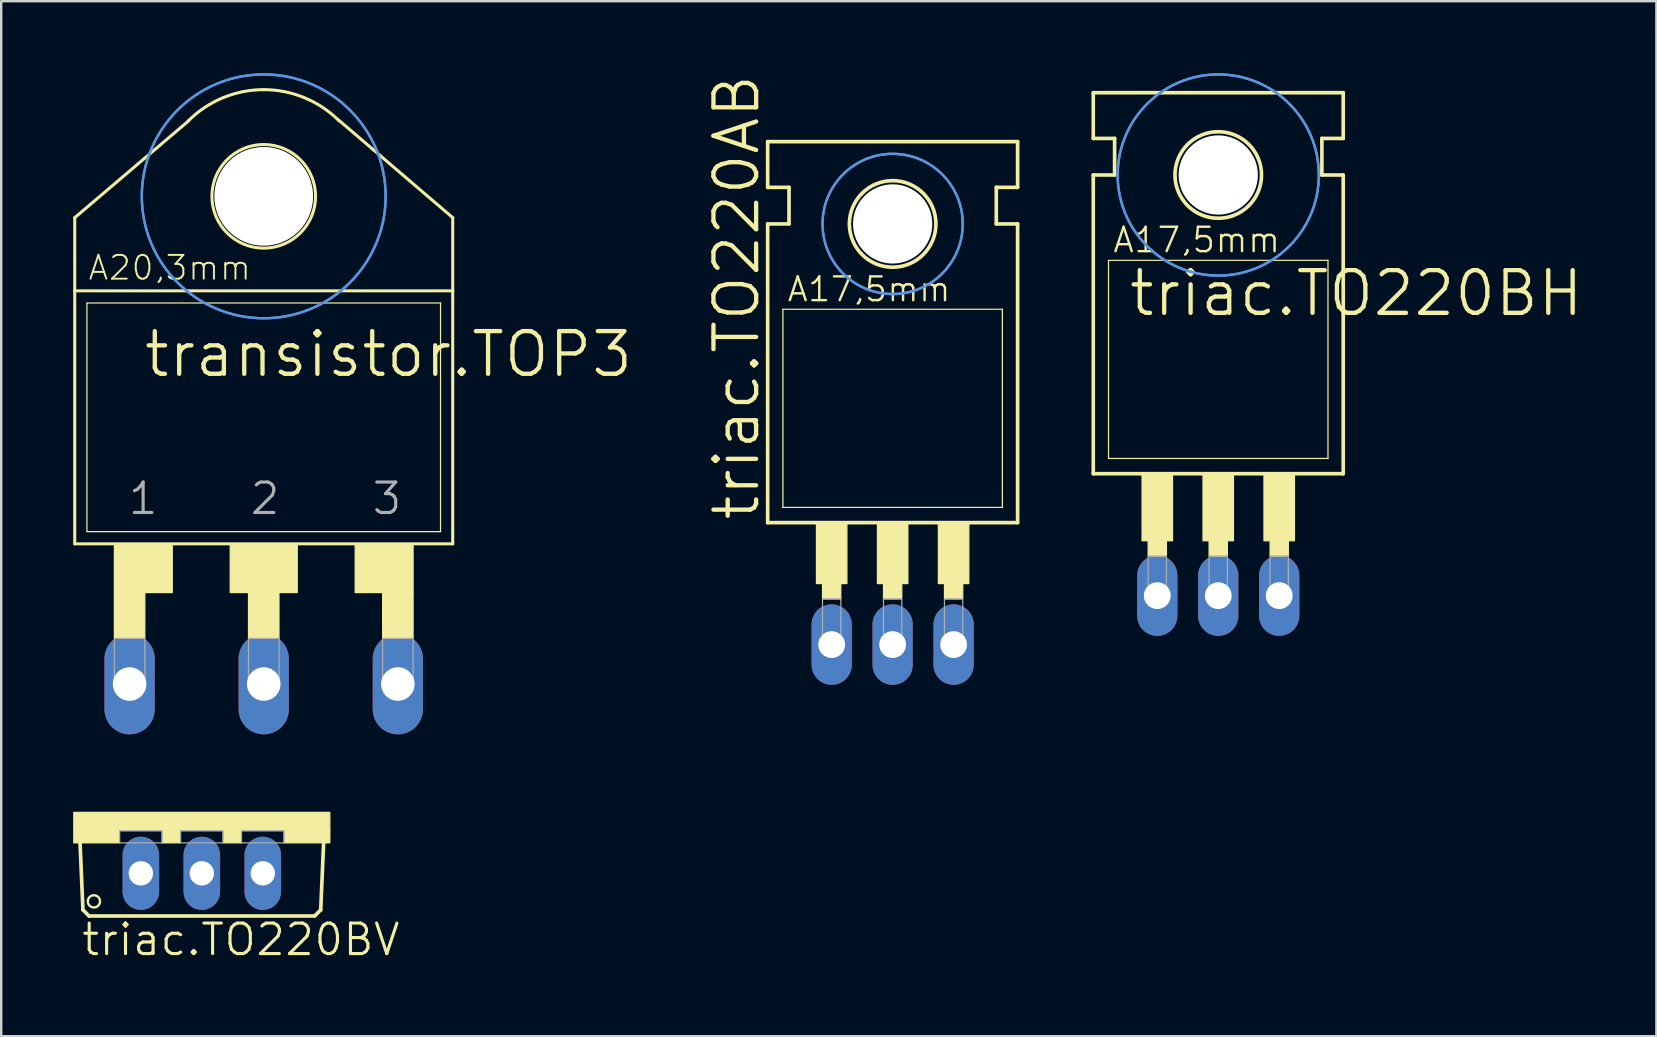
<source format=kicad_pcb>
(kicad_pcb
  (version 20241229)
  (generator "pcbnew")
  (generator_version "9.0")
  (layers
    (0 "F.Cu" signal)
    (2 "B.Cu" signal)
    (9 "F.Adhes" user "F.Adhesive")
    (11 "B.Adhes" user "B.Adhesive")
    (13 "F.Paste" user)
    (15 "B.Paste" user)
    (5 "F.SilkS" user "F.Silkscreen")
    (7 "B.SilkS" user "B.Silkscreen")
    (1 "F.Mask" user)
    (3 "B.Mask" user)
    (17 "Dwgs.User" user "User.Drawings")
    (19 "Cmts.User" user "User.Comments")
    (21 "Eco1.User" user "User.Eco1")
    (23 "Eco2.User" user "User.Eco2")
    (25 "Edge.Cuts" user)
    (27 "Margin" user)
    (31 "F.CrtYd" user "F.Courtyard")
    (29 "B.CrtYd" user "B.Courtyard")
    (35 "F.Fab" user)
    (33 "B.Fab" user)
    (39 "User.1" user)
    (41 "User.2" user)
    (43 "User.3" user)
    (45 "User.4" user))
  (footprint "triac.TO220BH"
    (layer "F.Cu")
    (at 47.707 15.417)
    (property "Reference" "triac.TO220BH" (at -3.81 -5.207 0) (layer "F.SilkS") (effects (font (size 1.778 1.778) (thickness 0.18)) (justify left bottom)))
    (attr through_hole)
    (fp_line (start -5.207 -12.7) (end -5.207 -14.605) (stroke (width 0.152) (type default)) (layer "F.SilkS"))
    (fp_line (start -5.207 -11.176) (end -4.318 -11.176) (stroke (width 0.152) (type default)) (layer "F.SilkS"))
    (fp_line (start -5.207 1.27) (end -5.207 -11.176) (stroke (width 0.152) (type default)) (layer "F.SilkS"))
    (fp_line (start -5.207 1.27) (end 5.207 1.27) (stroke (width 0.152) (type default)) (layer "F.SilkS"))
    (fp_line (start -4.572 0.635) (end -4.572 -7.62) (stroke (width 0.051) (type default)) (layer "F.SilkS"))
    (fp_line (start -4.572 0.635) (end 4.572 0.635) (stroke (width 0.051) (type default)) (layer "F.SilkS"))
    (fp_line (start -4.318 -12.7) (end -5.207 -12.7) (stroke (width 0.152) (type default)) (layer "F.SilkS"))
    (fp_line (start -4.318 -11.176) (end -4.318 -12.7) (stroke (width 0.152) (type default)) (layer "F.SilkS"))
    (fp_line (start 4.318 -12.7) (end 5.207 -12.7) (stroke (width 0.152) (type default)) (layer "F.SilkS"))
    (fp_line (start 4.318 -11.176) (end 4.318 -12.7) (stroke (width 0.152) (type default)) (layer "F.SilkS"))
    (fp_line (start 4.572 -7.62) (end -4.572 -7.62) (stroke (width 0.051) (type default)) (layer "F.SilkS"))
    (fp_line (start 4.572 -7.62) (end 4.572 0.635) (stroke (width 0.051) (type default)) (layer "F.SilkS"))
    (fp_line (start 5.207 -14.605) (end -5.207 -14.605) (stroke (width 0.152) (type default)) (layer "F.SilkS"))
    (fp_line (start 5.207 -12.7) (end 5.207 -14.605) (stroke (width 0.152) (type default)) (layer "F.SilkS"))
    (fp_line (start 5.207 -11.176) (end 4.318 -11.176) (stroke (width 0.152) (type default)) (layer "F.SilkS"))
    (fp_line (start 5.207 1.27) (end 5.207 -11.176) (stroke (width 0.152) (type default)) (layer "F.SilkS"))
    (fp_rect (start -3.175 4.064) (end -1.905 1.27) (stroke (width 0.05) (type default)) (fill yes) (layer "F.SilkS"))
    (fp_rect (start -2.921 4.699) (end -2.159 4.064) (stroke (width 0.05) (type default)) (fill yes) (layer "F.SilkS"))
    (fp_rect (start -0.635 4.064) (end 0.635 1.27) (stroke (width 0.05) (type default)) (fill yes) (layer "F.SilkS"))
    (fp_rect (start -0.381 4.699) (end 0.381 4.064) (stroke (width 0.05) (type default)) (fill yes) (layer "F.SilkS"))
    (fp_rect (start 1.905 4.064) (end 3.175 1.27) (stroke (width 0.05) (type default)) (fill yes) (layer "F.SilkS"))
    (fp_rect (start 2.159 4.699) (end 2.921 4.064) (stroke (width 0.05) (type default)) (fill yes) (layer "F.SilkS"))
    (fp_circle (center 0 -11.176) (end 1.803 -11.176) (stroke (width 0.152) (type default)) (fill no) (layer "F.SilkS"))
    (fp_circle (center 0 -11.176) (end 4.191 -11.176) (stroke (width 0.1) (type default)) (fill no) (layer "Cmts.User"))
    (fp_circle (center 0 -11.176) (end 4.191 -11.176) (stroke (width 0.1) (type default)) (fill no) (layer "Cmts.User"))
    (fp_rect (start -2.921 6.604) (end -2.159 4.699) (stroke (width 0.05) (type default)) (fill no) (layer "F.Fab"))
    (fp_rect (start -0.381 6.604) (end 0.381 4.699) (stroke (width 0.05) (type default)) (fill no) (layer "F.Fab"))
    (fp_rect (start 2.159 6.604) (end 2.921 4.699) (stroke (width 0.05) (type default)) (fill no) (layer "F.Fab"))
    (fp_text user "A17,5mm" (at -4.445 -7.874 0) (layer "F.SilkS") (effects (font (size 1.016 1.016) (thickness 0.1)) (justify left bottom)))
    (pad "" np_thru_hole circle (at 0 -11.176) (size 3.302 3.302) (drill 3.302) (layers "*.Cu" "*.Mask"))
    (pad "G" thru_hole oval (at 2.54 6.35 90) (size 3.353 1.676) (drill 1.118) (layers "*.Cu" "*.Mask"))
    (pad "T1" thru_hole oval (at -2.54 6.35 90) (size 3.353 1.676) (drill 1.118) (layers "*.Cu" "*.Mask"))
    (pad "T2" thru_hole oval (at 0 6.35 90) (size 3.353 1.676) (drill 1.118) (layers "*.Cu" "*.Mask")))
  (footprint "transistor.TOP3"
    (layer "F.Cu")
    (at 7.938 17.83)
    (property "Reference" "transistor.TOP3" (at -5.08 -5.08 0) (layer "F.SilkS") (effects (font (size 1.778 1.778) (thickness 0.18)) (justify left bottom)))
    (attr through_hole)
    (fp_line (start -7.874 -11.811) (end -3.124 -15.85) (stroke (width 0.127) (type default)) (layer "F.SilkS"))
    (fp_line (start -7.874 -8.763) (end -7.874 -11.811) (stroke (width 0.127) (type default)) (layer "F.SilkS"))
    (fp_line (start -7.874 1.778) (end -7.874 -8.763) (stroke (width 0.127) (type default)) (layer "F.SilkS"))
    (fp_line (start -7.874 1.778) (end 7.874 1.778) (stroke (width 0.127) (type default)) (layer "F.SilkS"))
    (fp_line (start -7.366 1.27) (end -7.366 -8.255) (stroke (width 0.051) (type default)) (layer "F.SilkS"))
    (fp_line (start -7.366 1.27) (end 7.366 1.27) (stroke (width 0.051) (type default)) (layer "F.SilkS"))
    (fp_line (start 7.366 -8.255) (end -7.366 -8.255) (stroke (width 0.051) (type default)) (layer "F.SilkS"))
    (fp_line (start 7.366 -8.255) (end 7.366 1.27) (stroke (width 0.051) (type default)) (layer "F.SilkS"))
    (fp_line (start 7.874 -11.811) (end 3.124 -15.875) (stroke (width 0.127) (type default)) (layer "F.SilkS"))
    (fp_line (start 7.874 -8.763) (end -7.874 -8.763) (stroke (width 0.127) (type default)) (layer "F.SilkS"))
    (fp_line (start 7.874 -8.763) (end 7.874 -11.811) (stroke (width 0.127) (type default)) (layer "F.SilkS"))
    (fp_line (start 7.874 -8.763) (end 7.874 1.778) (stroke (width 0.127) (type default)) (layer "F.SilkS"))
    (fp_rect (start -6.223 3.81) (end -3.81 1.778) (stroke (width 0.05) (type default)) (fill yes) (layer "F.SilkS"))
    (fp_rect (start -6.223 5.715) (end -4.953 3.81) (stroke (width 0.05) (type default)) (fill yes) (layer "F.SilkS"))
    (fp_rect (start -1.397 3.81) (end 1.397 1.778) (stroke (width 0.05) (type default)) (fill yes) (layer "F.SilkS"))
    (fp_rect (start -0.635 5.715) (end 0.635 3.81) (stroke (width 0.05) (type default)) (fill yes) (layer "F.SilkS"))
    (fp_rect (start 3.81 3.81) (end 6.223 1.778) (stroke (width 0.05) (type default)) (fill yes) (layer "F.SilkS"))
    (fp_rect (start 4.953 5.715) (end 6.223 3.81) (stroke (width 0.05) (type default)) (fill yes) (layer "F.SilkS"))
    (fp_arc (start -3.1431 -15.8431) (mid -1.701032 -16.806651) (end 0 -17.145) (stroke (width 0.127) (type default)) (layer "F.SilkS"))
    (fp_arc (start 0 -17.145) (mid 1.701032 -16.806651) (end 3.1431 -15.8431) (stroke (width 0.127) (type default)) (layer "F.SilkS"))
    (fp_circle (center 0 -12.7) (end 2.159 -12.7) (stroke (width 0.127) (type default)) (fill no) (layer "F.SilkS"))
    (fp_circle (center 0 -12.7) (end 5.08 -12.7) (stroke (width 0.1) (type default)) (fill no) (layer "Cmts.User"))
    (fp_circle (center 0 -12.7) (end 5.08 -12.7) (stroke (width 0.1) (type default)) (fill no) (layer "Cmts.User"))
    (fp_rect (start -6.223 7.62) (end -4.953 5.715) (stroke (width 0.05) (type default)) (fill no) (layer "F.Fab"))
    (fp_rect (start -0.635 7.62) (end 0.635 5.715) (stroke (width 0.05) (type default)) (fill no) (layer "F.Fab"))
    (fp_rect (start 4.953 7.62) (end 6.223 5.715) (stroke (width 0.05) (type default)) (fill no) (layer "F.Fab"))
    (fp_text user "A20,3mm" (at -7.366 -9.144 0) (layer "F.SilkS") (effects (font (size 0.991 0.991) (thickness 0.08)) (justify left bottom)))
    (fp_text user "1" (at -5.715 0.635 0) (layer "F.Fab") (effects (font (size 1.27 1.27) (thickness 0.13)) (justify left bottom)))
    (fp_text user "2" (at -0.635 0.635 0) (layer "F.Fab") (effects (font (size 1.27 1.27) (thickness 0.13)) (justify left bottom)))
    (fp_text user "3" (at 4.445 0.635 0) (layer "F.Fab") (effects (font (size 1.27 1.27) (thickness 0.13)) (justify left bottom)))
    (pad "" np_thru_hole circle (at 0 -12.7) (size 4.115 4.115) (drill 4.115) (layers "*.Cu" "*.Mask"))
    (pad "1" thru_hole oval (at -5.588 7.62 90) (size 4.191 2.095) (drill 1.397) (layers "*.Cu" "*.Mask"))
    (pad "2" thru_hole oval (at 0 7.62 90) (size 4.191 2.095) (drill 1.397) (layers "*.Cu" "*.Mask"))
    (pad "3" thru_hole oval (at 5.588 7.62 90) (size 4.191 2.095) (drill 1.397) (layers "*.Cu" "*.Mask")))
  (footprint "triac.TO220AB"
    (layer "F.Cu")
    (at 34.141 17.456)
    (property "Reference" "triac.TO220AB" (at -5.461 1.27 90) (layer "F.SilkS") (effects (font (size 1.778 1.778) (thickness 0.18)) (justify left bottom)))
    (attr through_hole)
    (fp_line (start -5.207 -12.7) (end -5.207 -14.605) (stroke (width 0.152) (type default)) (layer "F.SilkS"))
    (fp_line (start -5.207 -11.176) (end -4.318 -11.176) (stroke (width 0.152) (type default)) (layer "F.SilkS"))
    (fp_line (start -5.207 1.27) (end -5.207 -11.176) (stroke (width 0.152) (type default)) (layer "F.SilkS"))
    (fp_line (start -5.207 1.27) (end 5.207 1.27) (stroke (width 0.152) (type default)) (layer "F.SilkS"))
    (fp_line (start -4.572 0.635) (end -4.572 -7.62) (stroke (width 0.051) (type default)) (layer "F.SilkS"))
    (fp_line (start -4.572 0.635) (end 4.572 0.635) (stroke (width 0.051) (type default)) (layer "F.SilkS"))
    (fp_line (start -4.318 -12.7) (end -5.207 -12.7) (stroke (width 0.152) (type default)) (layer "F.SilkS"))
    (fp_line (start -4.318 -11.176) (end -4.318 -12.7) (stroke (width 0.152) (type default)) (layer "F.SilkS"))
    (fp_line (start 4.318 -12.7) (end 5.207 -12.7) (stroke (width 0.152) (type default)) (layer "F.SilkS"))
    (fp_line (start 4.318 -11.176) (end 4.318 -12.7) (stroke (width 0.152) (type default)) (layer "F.SilkS"))
    (fp_line (start 4.572 -7.62) (end -4.572 -7.62) (stroke (width 0.051) (type default)) (layer "F.SilkS"))
    (fp_line (start 4.572 -7.62) (end 4.572 0.635) (stroke (width 0.051) (type default)) (layer "F.SilkS"))
    (fp_line (start 5.207 -14.605) (end -5.207 -14.605) (stroke (width 0.152) (type default)) (layer "F.SilkS"))
    (fp_line (start 5.207 -12.7) (end 5.207 -14.605) (stroke (width 0.152) (type default)) (layer "F.SilkS"))
    (fp_line (start 5.207 -11.176) (end 4.318 -11.176) (stroke (width 0.152) (type default)) (layer "F.SilkS"))
    (fp_line (start 5.207 1.27) (end 5.207 -11.176) (stroke (width 0.152) (type default)) (layer "F.SilkS"))
    (fp_rect (start -3.175 3.81) (end -1.905 1.27) (stroke (width 0.05) (type default)) (fill yes) (layer "F.SilkS"))
    (fp_rect (start -2.921 4.445) (end -2.159 3.81) (stroke (width 0.05) (type default)) (fill yes) (layer "F.SilkS"))
    (fp_rect (start -0.635 3.81) (end 0.635 1.27) (stroke (width 0.05) (type default)) (fill yes) (layer "F.SilkS"))
    (fp_rect (start -0.381 4.445) (end 0.381 3.81) (stroke (width 0.05) (type default)) (fill yes) (layer "F.SilkS"))
    (fp_rect (start 1.905 3.81) (end 3.175 1.27) (stroke (width 0.05) (type default)) (fill yes) (layer "F.SilkS"))
    (fp_rect (start 2.159 4.445) (end 2.921 3.81) (stroke (width 0.05) (type default)) (fill yes) (layer "F.SilkS"))
    (fp_circle (center 0 -11.176) (end 1.803 -11.176) (stroke (width 0.152) (type default)) (fill no) (layer "F.SilkS"))
    (fp_circle (center 0 -11.176) (end 2.921 -11.176) (stroke (width 0.1) (type default)) (fill no) (layer "Cmts.User"))
    (fp_circle (center 0 -11.176) (end 2.921 -11.176) (stroke (width 0.1) (type default)) (fill no) (layer "Cmts.User"))
    (fp_rect (start -2.921 6.35) (end -2.159 4.445) (stroke (width 0.05) (type default)) (fill no) (layer "F.Fab"))
    (fp_rect (start -0.381 6.35) (end 0.381 4.445) (stroke (width 0.05) (type default)) (fill no) (layer "F.Fab"))
    (fp_rect (start 2.159 6.35) (end 2.921 4.445) (stroke (width 0.05) (type default)) (fill no) (layer "F.Fab"))
    (fp_text user "A17,5mm" (at -4.445 -7.874 0) (layer "F.SilkS") (effects (font (size 0.991 0.991) (thickness 0.1)) (justify left bottom)))
    (pad "" np_thru_hole circle (at 0 -11.176) (size 3.302 3.302) (drill 3.302) (layers "*.Cu" "*.Mask"))
    (pad "1" thru_hole oval (at -2.54 6.35 90) (size 3.353 1.676) (drill 1.118) (layers "*.Cu" "*.Mask"))
    (pad "2" thru_hole oval (at 0 6.35 90) (size 3.353 1.676) (drill 1.118) (layers "*.Cu" "*.Mask"))
    (pad "3" thru_hole oval (at 2.54 6.35 90) (size 3.353 1.676) (drill 1.118) (layers "*.Cu" "*.Mask")))
  (footprint "triac.TO220BV"
    (layer "F.Cu")
    (at 5.359 30.796)
    (property "Reference" "triac.TO220BV" (at -5.08 6.045 0) (layer "F.SilkS") (effects (font (size 1.27 1.27) (thickness 0.13)) (justify left bottom)))
    (attr through_hole)
    (fp_line (start -4.953 4.064) (end -5.08 1.143) (stroke (width 0.152) (type default)) (layer "F.SilkS"))
    (fp_line (start -4.953 4.064) (end -4.699 4.318) (stroke (width 0.152) (type default)) (layer "F.SilkS"))
    (fp_line (start 4.699 4.318) (end -4.699 4.318) (stroke (width 0.152) (type default)) (layer "F.SilkS"))
    (fp_line (start 4.699 4.318) (end 4.953 4.064) (stroke (width 0.152) (type default)) (layer "F.SilkS"))
    (fp_line (start 5.08 1.143) (end 4.953 4.064) (stroke (width 0.152) (type default)) (layer "F.SilkS"))
    (fp_rect (start -5.334 0.762) (end 5.334 0) (stroke (width 0.05) (type default)) (fill yes) (layer "F.SilkS"))
    (fp_rect (start -5.334 1.27) (end -3.429 0.762) (stroke (width 0.05) (type default)) (fill yes) (layer "F.SilkS"))
    (fp_rect (start -1.651 1.27) (end -0.889 0.762) (stroke (width 0.05) (type default)) (fill yes) (layer "F.SilkS"))
    (fp_rect (start 0.889 1.27) (end 1.651 0.762) (stroke (width 0.05) (type default)) (fill yes) (layer "F.SilkS"))
    (fp_rect (start 3.429 1.27) (end 5.334 0.762) (stroke (width 0.05) (type default)) (fill yes) (layer "F.SilkS"))
    (fp_circle (center -4.496 3.708) (end -4.242 3.708) (stroke (width 0.1) (type default)) (fill no) (layer "F.SilkS"))
    (fp_rect (start -3.429 1.27) (end -1.651 0.762) (stroke (width 0.05) (type default)) (fill no) (layer "F.Fab"))
    (fp_rect (start -0.889 1.27) (end 0.889 0.762) (stroke (width 0.05) (type default)) (fill no) (layer "F.Fab"))
    (fp_rect (start 1.651 1.27) (end 3.429 0.762) (stroke (width 0.05) (type default)) (fill no) (layer "F.Fab"))
    (pad "G" thru_hole oval (at 2.54 2.54 90) (size 3.048 1.524) (drill 1.016) (layers "*.Cu" "*.Mask"))
    (pad "T1" thru_hole oval (at -2.54 2.54 90) (size 3.048 1.524) (drill 1.016) (layers "*.Cu" "*.Mask"))
    (pad "T2" thru_hole oval (at 0 2.54 90) (size 3.048 1.524) (drill 1.016) (layers "*.Cu" "*.Mask")))
  (gr_rect
    (start -3 -3)
    (end 65.962 40.123)
    (stroke (width 0.1) (type default))
    (fill no)
    (layer "Edge.Cuts")))
</source>
